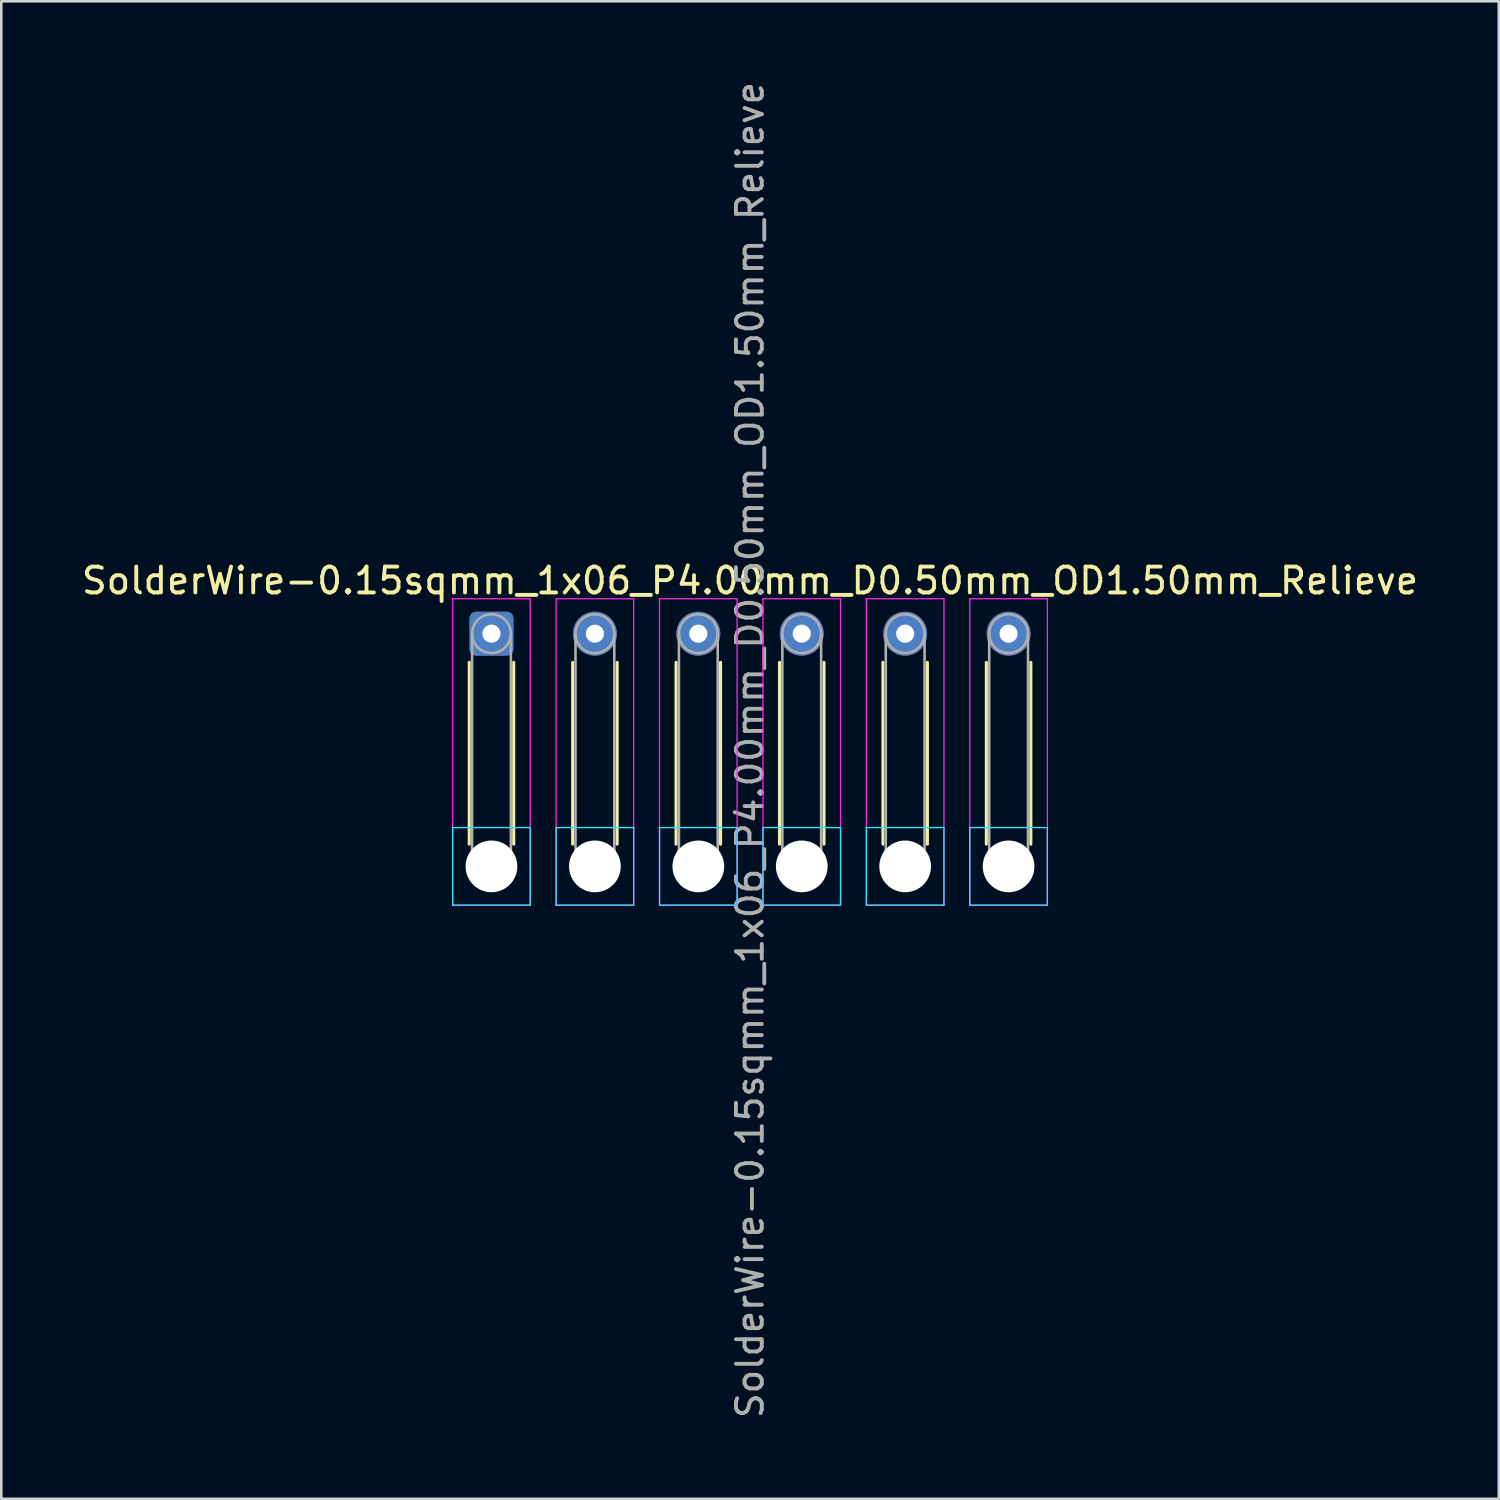
<source format=kicad_pcb>
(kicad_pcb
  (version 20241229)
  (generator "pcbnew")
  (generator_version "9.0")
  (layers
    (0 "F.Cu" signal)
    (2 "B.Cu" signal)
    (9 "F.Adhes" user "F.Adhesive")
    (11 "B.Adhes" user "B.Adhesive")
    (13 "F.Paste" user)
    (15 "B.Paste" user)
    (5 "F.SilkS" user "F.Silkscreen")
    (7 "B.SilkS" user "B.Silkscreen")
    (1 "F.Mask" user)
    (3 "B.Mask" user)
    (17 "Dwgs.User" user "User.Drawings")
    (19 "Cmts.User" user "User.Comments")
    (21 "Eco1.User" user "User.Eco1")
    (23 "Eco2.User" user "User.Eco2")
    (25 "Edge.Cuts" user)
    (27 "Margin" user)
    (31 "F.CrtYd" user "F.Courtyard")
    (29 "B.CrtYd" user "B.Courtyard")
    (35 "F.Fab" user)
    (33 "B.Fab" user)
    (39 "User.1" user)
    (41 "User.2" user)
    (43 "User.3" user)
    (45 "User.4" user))
  (footprint "SolderWire-0.15sqmm_1x06_P4.00mm_D0.50mm_OD1.50mm_Relieve"
    (layer "F.Cu")
    (at 15.958 21.458)
    (property "Reference" "SolderWire-0.15sqmm_1x06_P4.00mm_D0.50mm_OD1.50mm_Relieve" (at 10 -2.05 0) (layer "F.SilkS") (effects (font (size 1 1) (thickness 0.15))))
    (attr exclude_from_pos_files exclude_from_bom)
    (fp_line (start -0.86 1.11) (end -0.86 8.14) (stroke (width 0.12) (type solid)) (layer "F.SilkS"))
    (fp_line (start 0.86 1.11) (end 0.86 8.14) (stroke (width 0.12) (type solid)) (layer "F.SilkS"))
    (fp_line (start 3.14 1.11) (end 3.14 8.14) (stroke (width 0.12) (type solid)) (layer "F.SilkS"))
    (fp_line (start 4.86 1.11) (end 4.86 8.14) (stroke (width 0.12) (type solid)) (layer "F.SilkS"))
    (fp_line (start 7.14 1.11) (end 7.14 8.14) (stroke (width 0.12) (type solid)) (layer "F.SilkS"))
    (fp_line (start 8.86 1.11) (end 8.86 8.14) (stroke (width 0.12) (type solid)) (layer "F.SilkS"))
    (fp_line (start 11.14 1.11) (end 11.14 8.14) (stroke (width 0.12) (type solid)) (layer "F.SilkS"))
    (fp_line (start 12.86 1.11) (end 12.86 8.14) (stroke (width 0.12) (type solid)) (layer "F.SilkS"))
    (fp_line (start 15.14 1.11) (end 15.14 8.14) (stroke (width 0.12) (type solid)) (layer "F.SilkS"))
    (fp_line (start 16.86 1.11) (end 16.86 8.14) (stroke (width 0.12) (type solid)) (layer "F.SilkS"))
    (fp_line (start 19.14 1.11) (end 19.14 8.14) (stroke (width 0.12) (type solid)) (layer "F.SilkS"))
    (fp_line (start 20.86 1.11) (end 20.86 8.14) (stroke (width 0.12) (type solid)) (layer "F.SilkS"))
    (fp_line (start -1.5 7.5) (end -1.5 10.5) (stroke (width 0.05) (type solid)) (layer "B.CrtYd"))
    (fp_line (start -1.5 10.5) (end 1.5 10.5) (stroke (width 0.05) (type solid)) (layer "B.CrtYd"))
    (fp_line (start 1.5 7.5) (end -1.5 7.5) (stroke (width 0.05) (type solid)) (layer "B.CrtYd"))
    (fp_line (start 1.5 10.5) (end 1.5 7.5) (stroke (width 0.05) (type solid)) (layer "B.CrtYd"))
    (fp_line (start 2.5 7.5) (end 2.5 10.5) (stroke (width 0.05) (type solid)) (layer "B.CrtYd"))
    (fp_line (start 2.5 10.5) (end 5.5 10.5) (stroke (width 0.05) (type solid)) (layer "B.CrtYd"))
    (fp_line (start 5.5 7.5) (end 2.5 7.5) (stroke (width 0.05) (type solid)) (layer "B.CrtYd"))
    (fp_line (start 5.5 10.5) (end 5.5 7.5) (stroke (width 0.05) (type solid)) (layer "B.CrtYd"))
    (fp_line (start 6.5 7.5) (end 6.5 10.5) (stroke (width 0.05) (type solid)) (layer "B.CrtYd"))
    (fp_line (start 6.5 10.5) (end 9.5 10.5) (stroke (width 0.05) (type solid)) (layer "B.CrtYd"))
    (fp_line (start 9.5 7.5) (end 6.5 7.5) (stroke (width 0.05) (type solid)) (layer "B.CrtYd"))
    (fp_line (start 9.5 10.5) (end 9.5 7.5) (stroke (width 0.05) (type solid)) (layer "B.CrtYd"))
    (fp_line (start 10.5 7.5) (end 10.5 10.5) (stroke (width 0.05) (type solid)) (layer "B.CrtYd"))
    (fp_line (start 10.5 10.5) (end 13.5 10.5) (stroke (width 0.05) (type solid)) (layer "B.CrtYd"))
    (fp_line (start 13.5 7.5) (end 10.5 7.5) (stroke (width 0.05) (type solid)) (layer "B.CrtYd"))
    (fp_line (start 13.5 10.5) (end 13.5 7.5) (stroke (width 0.05) (type solid)) (layer "B.CrtYd"))
    (fp_line (start 14.5 7.5) (end 14.5 10.5) (stroke (width 0.05) (type solid)) (layer "B.CrtYd"))
    (fp_line (start 14.5 10.5) (end 17.5 10.5) (stroke (width 0.05) (type solid)) (layer "B.CrtYd"))
    (fp_line (start 17.5 7.5) (end 14.5 7.5) (stroke (width 0.05) (type solid)) (layer "B.CrtYd"))
    (fp_line (start 17.5 10.5) (end 17.5 7.5) (stroke (width 0.05) (type solid)) (layer "B.CrtYd"))
    (fp_line (start 18.5 7.5) (end 18.5 10.5) (stroke (width 0.05) (type solid)) (layer "B.CrtYd"))
    (fp_line (start 18.5 10.5) (end 21.5 10.5) (stroke (width 0.05) (type solid)) (layer "B.CrtYd"))
    (fp_line (start 21.5 7.5) (end 18.5 7.5) (stroke (width 0.05) (type solid)) (layer "B.CrtYd"))
    (fp_line (start 21.5 10.5) (end 21.5 7.5) (stroke (width 0.05) (type solid)) (layer "B.CrtYd"))
    (fp_line (start -1.5 -1.35) (end -1.5 10.5) (stroke (width 0.05) (type solid)) (layer "F.CrtYd"))
    (fp_line (start -1.5 10.5) (end 1.5 10.5) (stroke (width 0.05) (type solid)) (layer "F.CrtYd"))
    (fp_line (start 1.5 -1.35) (end -1.5 -1.35) (stroke (width 0.05) (type solid)) (layer "F.CrtYd"))
    (fp_line (start 1.5 10.5) (end 1.5 -1.35) (stroke (width 0.05) (type solid)) (layer "F.CrtYd"))
    (fp_line (start 2.5 -1.35) (end 2.5 10.5) (stroke (width 0.05) (type solid)) (layer "F.CrtYd"))
    (fp_line (start 2.5 10.5) (end 5.5 10.5) (stroke (width 0.05) (type solid)) (layer "F.CrtYd"))
    (fp_line (start 5.5 -1.35) (end 2.5 -1.35) (stroke (width 0.05) (type solid)) (layer "F.CrtYd"))
    (fp_line (start 5.5 10.5) (end 5.5 -1.35) (stroke (width 0.05) (type solid)) (layer "F.CrtYd"))
    (fp_line (start 6.5 -1.35) (end 6.5 10.5) (stroke (width 0.05) (type solid)) (layer "F.CrtYd"))
    (fp_line (start 6.5 10.5) (end 9.5 10.5) (stroke (width 0.05) (type solid)) (layer "F.CrtYd"))
    (fp_line (start 9.5 -1.35) (end 6.5 -1.35) (stroke (width 0.05) (type solid)) (layer "F.CrtYd"))
    (fp_line (start 9.5 10.5) (end 9.5 -1.35) (stroke (width 0.05) (type solid)) (layer "F.CrtYd"))
    (fp_line (start 10.5 -1.35) (end 10.5 10.5) (stroke (width 0.05) (type solid)) (layer "F.CrtYd"))
    (fp_line (start 10.5 10.5) (end 13.5 10.5) (stroke (width 0.05) (type solid)) (layer "F.CrtYd"))
    (fp_line (start 13.5 -1.35) (end 10.5 -1.35) (stroke (width 0.05) (type solid)) (layer "F.CrtYd"))
    (fp_line (start 13.5 10.5) (end 13.5 -1.35) (stroke (width 0.05) (type solid)) (layer "F.CrtYd"))
    (fp_line (start 14.5 -1.35) (end 14.5 10.5) (stroke (width 0.05) (type solid)) (layer "F.CrtYd"))
    (fp_line (start 14.5 10.5) (end 17.5 10.5) (stroke (width 0.05) (type solid)) (layer "F.CrtYd"))
    (fp_line (start 17.5 -1.35) (end 14.5 -1.35) (stroke (width 0.05) (type solid)) (layer "F.CrtYd"))
    (fp_line (start 17.5 10.5) (end 17.5 -1.35) (stroke (width 0.05) (type solid)) (layer "F.CrtYd"))
    (fp_line (start 18.5 -1.35) (end 18.5 10.5) (stroke (width 0.05) (type solid)) (layer "F.CrtYd"))
    (fp_line (start 18.5 10.5) (end 21.5 10.5) (stroke (width 0.05) (type solid)) (layer "F.CrtYd"))
    (fp_line (start 21.5 -1.35) (end 18.5 -1.35) (stroke (width 0.05) (type solid)) (layer "F.CrtYd"))
    (fp_line (start 21.5 10.5) (end 21.5 -1.35) (stroke (width 0.05) (type solid)) (layer "F.CrtYd"))
    (fp_line (start -0.75 0) (end -0.75 9) (stroke (width 0.1) (type solid)) (layer "F.Fab"))
    (fp_line (start 0.75 0) (end 0.75 9) (stroke (width 0.1) (type solid)) (layer "F.Fab"))
    (fp_line (start 3.25 0) (end 3.25 9) (stroke (width 0.1) (type solid)) (layer "F.Fab"))
    (fp_line (start 4.75 0) (end 4.75 9) (stroke (width 0.1) (type solid)) (layer "F.Fab"))
    (fp_line (start 7.25 0) (end 7.25 9) (stroke (width 0.1) (type solid)) (layer "F.Fab"))
    (fp_line (start 8.75 0) (end 8.75 9) (stroke (width 0.1) (type solid)) (layer "F.Fab"))
    (fp_line (start 11.25 0) (end 11.25 9) (stroke (width 0.1) (type solid)) (layer "F.Fab"))
    (fp_line (start 12.75 0) (end 12.75 9) (stroke (width 0.1) (type solid)) (layer "F.Fab"))
    (fp_line (start 15.25 0) (end 15.25 9) (stroke (width 0.1) (type solid)) (layer "F.Fab"))
    (fp_line (start 16.75 0) (end 16.75 9) (stroke (width 0.1) (type solid)) (layer "F.Fab"))
    (fp_line (start 19.25 0) (end 19.25 9) (stroke (width 0.1) (type solid)) (layer "F.Fab"))
    (fp_line (start 20.75 0) (end 20.75 9) (stroke (width 0.1) (type solid)) (layer "F.Fab"))
    (fp_circle (center 0 0) (end 0.75 0) (stroke (width 0.1) (type solid)) (fill no) (layer "F.Fab"))
    (fp_circle (center 0 9) (end 0.75 9) (stroke (width 0.1) (type solid)) (fill no) (layer "F.Fab"))
    (fp_circle (center 4 0) (end 4.75 0) (stroke (width 0.1) (type solid)) (fill no) (layer "F.Fab"))
    (fp_circle (center 4 9) (end 4.75 9) (stroke (width 0.1) (type solid)) (fill no) (layer "F.Fab"))
    (fp_circle (center 8 0) (end 8.75 0) (stroke (width 0.1) (type solid)) (fill no) (layer "F.Fab"))
    (fp_circle (center 8 9) (end 8.75 9) (stroke (width 0.1) (type solid)) (fill no) (layer "F.Fab"))
    (fp_circle (center 12 0) (end 12.75 0) (stroke (width 0.1) (type solid)) (fill no) (layer "F.Fab"))
    (fp_circle (center 12 9) (end 12.75 9) (stroke (width 0.1) (type solid)) (fill no) (layer "F.Fab"))
    (fp_circle (center 16 0) (end 16.75 0) (stroke (width 0.1) (type solid)) (fill no) (layer "F.Fab"))
    (fp_circle (center 16 9) (end 16.75 9) (stroke (width 0.1) (type solid)) (fill no) (layer "F.Fab"))
    (fp_circle (center 20 0) (end 20.75 0) (stroke (width 0.1) (type solid)) (fill no) (layer "F.Fab"))
    (fp_circle (center 20 9) (end 20.75 9) (stroke (width 0.1) (type solid)) (fill no) (layer "F.Fab"))
    (fp_text user "${REFERENCE}" (at 10 4.5 90) (layer "F.Fab") (effects (font (size 1 1) (thickness 0.15))))
    (pad "" np_thru_hole circle (at 0 9) (size 2 2) (drill 2) (layers "*.Cu" "*.Mask"))
    (pad "" np_thru_hole circle (at 4 9) (size 2 2) (drill 2) (layers "*.Cu" "*.Mask"))
    (pad "" np_thru_hole circle (at 8 9) (size 2 2) (drill 2) (layers "*.Cu" "*.Mask"))
    (pad "" np_thru_hole circle (at 12 9) (size 2 2) (drill 2) (layers "*.Cu" "*.Mask"))
    (pad "" np_thru_hole circle (at 16 9) (size 2 2) (drill 2) (layers "*.Cu" "*.Mask"))
    (pad "" np_thru_hole circle (at 20 9) (size 2 2) (drill 2) (layers "*.Cu" "*.Mask"))
    (pad "1" thru_hole roundrect (at 0 0) (size 1.7 1.7) (drill 0.7) (layers "*.Cu" "*.Mask") (roundrect_rratio 0.147))
    (pad "2" thru_hole circle (at 4 0) (size 1.7 1.7) (drill 0.7) (layers "*.Cu" "*.Mask"))
    (pad "3" thru_hole circle (at 8 0) (size 1.7 1.7) (drill 0.7) (layers "*.Cu" "*.Mask"))
    (pad "4" thru_hole circle (at 12 0) (size 1.7 1.7) (drill 0.7) (layers "*.Cu" "*.Mask"))
    (pad "5" thru_hole circle (at 16 0) (size 1.7 1.7) (drill 0.7) (layers "*.Cu" "*.Mask"))
    (pad "6" thru_hole circle (at 20 0) (size 1.7 1.7) (drill 0.7) (layers "*.Cu" "*.Mask")))
  (gr_rect
    (start -3 -3)
    (end 54.917 54.917)
    (stroke (width 0.1) (type default))
    (fill no)
    (layer "Edge.Cuts")))
</source>
